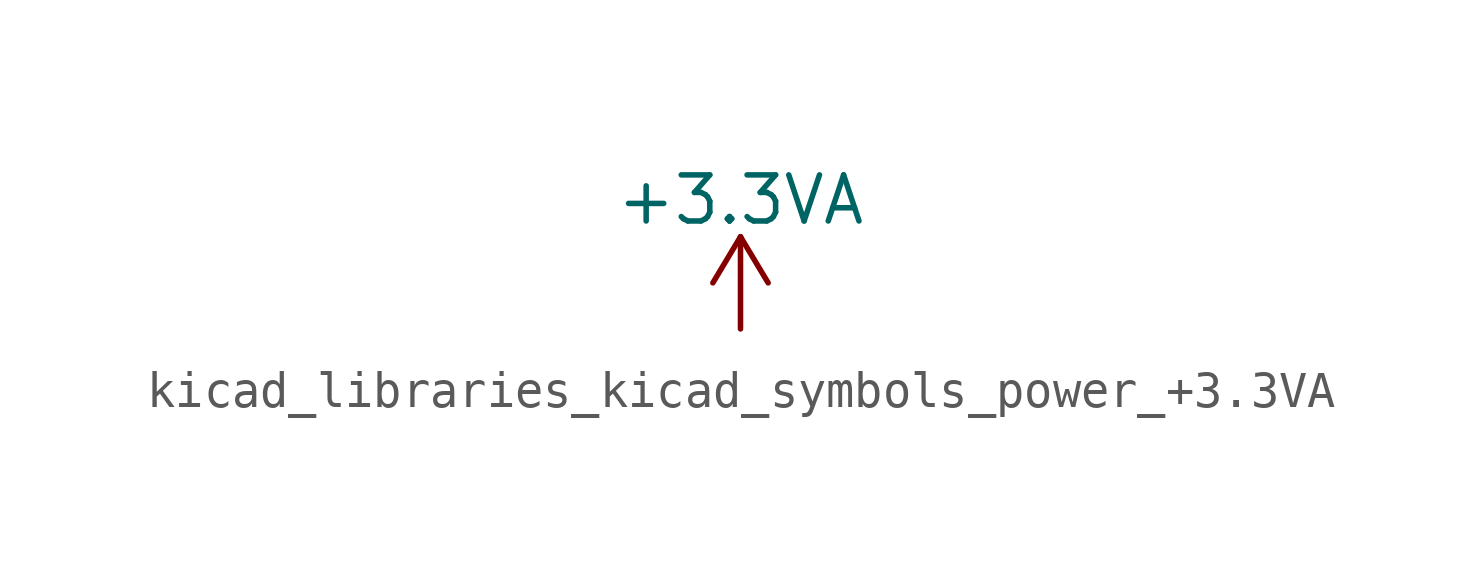
<source format=kicad_sym>
(kicad_symbol_lib
  (version 20220914)
  (generator kicad_symbol_editor)
  (symbol "kicad_libraries_kicad_symbols_power_+3.3VA"
    (power)
    (pin_names
      (offset 0))
    (property "Reference" "#PWR"
      (at 0 -3.81 0)
      (effects (font (size 1.27 1.27)) hide))
    (property "Value" "+3.3VA"
      (at 0 3.556 0)
      (effects (font (size 1.27 1.27))))
    (symbol "kicad_libraries_kicad_symbols_power_+3.3VA_0_1"
      (polyline (pts (xy -0.762 1.27) (xy 0 2.54)) (stroke (width 0) (type default)) (fill (type none)))
      (polyline (pts (xy 0 0) (xy 0 2.54)) (stroke (width 0) (type default)) (fill (type none)))
      (polyline (pts (xy 0 2.54) (xy 0.762 1.27)) (stroke (width 0) (type default)) (fill (type none))))
    (symbol "kicad_libraries_kicad_symbols_power_+3.3VA_1_1"
      (pin power_in line (at 0 0 90) (length 0) hide (name "+3.3VA" (effects (font (size 1.27 1.27)))) (number "1" (effects (font (size 1.27 1.27))))))))
</source>
